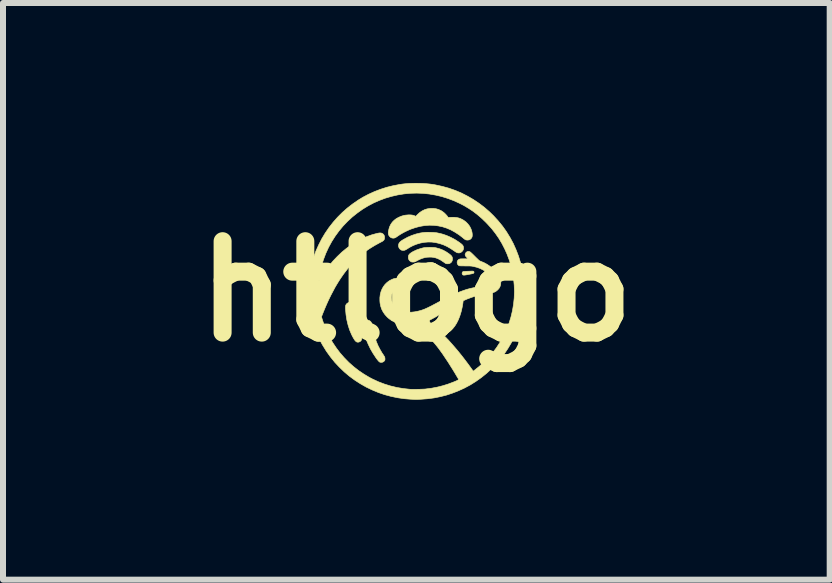
<source format=kicad_pcb>
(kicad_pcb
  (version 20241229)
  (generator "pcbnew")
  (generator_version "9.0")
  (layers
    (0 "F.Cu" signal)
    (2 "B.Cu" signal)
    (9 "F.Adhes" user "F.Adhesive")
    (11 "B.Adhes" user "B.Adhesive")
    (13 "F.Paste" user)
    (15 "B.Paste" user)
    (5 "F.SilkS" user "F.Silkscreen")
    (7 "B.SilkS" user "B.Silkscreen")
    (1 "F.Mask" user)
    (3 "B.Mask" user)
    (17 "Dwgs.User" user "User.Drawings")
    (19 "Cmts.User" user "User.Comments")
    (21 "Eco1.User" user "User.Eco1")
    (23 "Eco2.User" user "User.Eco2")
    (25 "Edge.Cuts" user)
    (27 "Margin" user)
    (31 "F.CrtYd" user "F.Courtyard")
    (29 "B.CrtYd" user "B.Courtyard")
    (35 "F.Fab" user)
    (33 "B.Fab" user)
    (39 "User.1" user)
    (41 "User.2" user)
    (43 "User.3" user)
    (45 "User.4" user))
  (footprint "htlogo"
    (layer "F.Cu")
    (at 3.89 1.805)
    (property "Reference" "htlogo" (at 0 0 0) (layer "F.SilkS") (effects (font (size 1.524 1.524) (thickness 0.3))))
    (attr through_hole)
    (fp_poly (pts (xy 0.941 -0.336) (xy 0.947 -0.335) (xy 0.951 -0.334) (xy 0.954 -0.332) (xy 0.955 -0.332) (xy 0.961 -0.322) (xy 0.961 -0.312) (xy 0.957 -0.303) (xy 0.953 -0.3) (xy 0.947 -0.298) (xy 0.935 -0.294) (xy 0.919 -0.29) (xy 0.899 -0.286) (xy 0.878 -0.282) (xy 0.856 -0.278) (xy 0.835 -0.274) (xy 0.817 -0.271) (xy 0.802 -0.269) (xy 0.792 -0.269) (xy 0.792 -0.269) (xy 0.781 -0.27) (xy 0.773 -0.274) (xy 0.77 -0.278) (xy 0.764 -0.29) (xy 0.763 -0.303) (xy 0.766 -0.315) (xy 0.774 -0.325) (xy 0.784 -0.33) (xy 0.788 -0.33) (xy 0.794 -0.33) (xy 0.806 -0.331) (xy 0.823 -0.332) (xy 0.844 -0.333) (xy 0.866 -0.334) (xy 0.872 -0.334) (xy 0.898 -0.335) (xy 0.917 -0.336) (xy 0.931 -0.336) (xy 0.941 -0.336)) (stroke (width 0.01) (type solid)) (fill yes) (layer "F.SilkS"))
    (fp_poly (pts (xy 0.251 -0.479) (xy 0.276 -0.475) (xy 0.288 -0.472) (xy 0.32 -0.457) (xy 0.35 -0.435) (xy 0.376 -0.408) (xy 0.399 -0.375) (xy 0.419 -0.337) (xy 0.425 -0.322) (xy 0.43 -0.301) (xy 0.431 -0.283) (xy 0.427 -0.268) (xy 0.422 -0.261) (xy 0.417 -0.256) (xy 0.405 -0.25) (xy 0.39 -0.241) (xy 0.372 -0.232) (xy 0.352 -0.221) (xy 0.332 -0.211) (xy 0.312 -0.202) (xy 0.294 -0.194) (xy 0.279 -0.187) (xy 0.269 -0.184) (xy 0.269 -0.184) (xy 0.245 -0.179) (xy 0.219 -0.178) (xy 0.194 -0.181) (xy 0.189 -0.183) (xy 0.16 -0.194) (xy 0.135 -0.21) (xy 0.116 -0.227) (xy 0.1 -0.246) (xy 0.089 -0.264) (xy 0.082 -0.284) (xy 0.079 -0.307) (xy 0.078 -0.33) (xy 0.078 -0.348) (xy 0.079 -0.361) (xy 0.081 -0.371) (xy 0.084 -0.381) (xy 0.088 -0.39) (xy 0.106 -0.42) (xy 0.127 -0.444) (xy 0.153 -0.462) (xy 0.177 -0.472) (xy 0.199 -0.477) (xy 0.225 -0.48) (xy 0.251 -0.479)) (stroke (width 0.01) (type solid)) (fill yes) (layer "F.SilkS"))
    (fp_poly (pts (xy -1.072 0.188) (xy -1.053 0.2) (xy -1.036 0.217) (xy -1.036 0.217) (xy -1.025 0.233) (xy -1.023 0.326) (xy -1.022 0.366) (xy -1.02 0.401) (xy -1.017 0.432) (xy -1.014 0.461) (xy -1.009 0.489) (xy -1.004 0.518) (xy -0.999 0.538) (xy -0.989 0.58) (xy -0.975 0.624) (xy -0.96 0.666) (xy -0.943 0.706) (xy -0.934 0.724) (xy -0.924 0.744) (xy -0.918 0.758) (xy -0.914 0.769) (xy -0.912 0.778) (xy -0.911 0.787) (xy -0.911 0.789) (xy -0.914 0.809) (xy -0.923 0.825) (xy -0.938 0.838) (xy -0.943 0.841) (xy -0.963 0.848) (xy -0.983 0.848) (xy -0.994 0.845) (xy -1.006 0.837) (xy -1.02 0.824) (xy -1.034 0.804) (xy -1.05 0.778) (xy -1.068 0.745) (xy -1.081 0.718) (xy -1.113 0.643) (xy -1.138 0.564) (xy -1.158 0.481) (xy -1.172 0.393) (xy -1.179 0.316) (xy -1.181 0.288) (xy -1.181 0.265) (xy -1.18 0.248) (xy -1.177 0.234) (xy -1.172 0.223) (xy -1.165 0.213) (xy -1.156 0.204) (xy -1.137 0.191) (xy -1.116 0.184) (xy -1.094 0.183) (xy -1.072 0.188)) (stroke (width 0.01) (type solid)) (fill yes) (layer "F.SilkS"))
    (fp_poly (pts (xy -0.795 0.484) (xy -0.776 0.493) (xy -0.76 0.506) (xy -0.753 0.517) (xy -0.748 0.527) (xy -0.744 0.54) (xy -0.74 0.557) (xy -0.737 0.579) (xy -0.728 0.633) (xy -0.717 0.684) (xy -0.703 0.735) (xy -0.689 0.777) (xy -0.664 0.846) (xy -0.637 0.91) (xy -0.605 0.971) (xy -0.57 1.031) (xy -0.555 1.052) (xy -0.544 1.07) (xy -0.535 1.083) (xy -0.53 1.093) (xy -0.526 1.101) (xy -0.525 1.109) (xy -0.524 1.117) (xy -0.523 1.121) (xy -0.523 1.135) (xy -0.524 1.145) (xy -0.527 1.153) (xy -0.53 1.158) (xy -0.544 1.172) (xy -0.562 1.182) (xy -0.583 1.185) (xy -0.604 1.183) (xy -0.605 1.183) (xy -0.613 1.179) (xy -0.623 1.171) (xy -0.635 1.158) (xy -0.649 1.141) (xy -0.667 1.118) (xy -0.677 1.103) (xy -0.723 1.033) (xy -0.766 0.959) (xy -0.803 0.882) (xy -0.836 0.804) (xy -0.862 0.725) (xy -0.865 0.716) (xy -0.875 0.678) (xy -0.884 0.643) (xy -0.891 0.612) (xy -0.895 0.586) (xy -0.898 0.565) (xy -0.898 0.561) (xy -0.897 0.546) (xy -0.896 0.535) (xy -0.892 0.524) (xy -0.888 0.518) (xy -0.874 0.501) (xy -0.857 0.489) (xy -0.837 0.482) (xy -0.816 0.48) (xy -0.795 0.484)) (stroke (width 0.01) (type solid)) (fill yes) (layer "F.SilkS"))
    (fp_poly (pts (xy 0.254 -0.731) (xy 0.284 -0.73) (xy 0.31 -0.728) (xy 0.33 -0.724) (xy 0.391 -0.707) (xy 0.449 -0.684) (xy 0.504 -0.653) (xy 0.557 -0.616) (xy 0.557 -0.616) (xy 0.576 -0.599) (xy 0.589 -0.585) (xy 0.597 -0.57) (xy 0.601 -0.554) (xy 0.602 -0.539) (xy 0.599 -0.514) (xy 0.59 -0.492) (xy 0.574 -0.475) (xy 0.554 -0.463) (xy 0.553 -0.462) (xy 0.538 -0.459) (xy 0.521 -0.458) (xy 0.504 -0.459) (xy 0.491 -0.462) (xy 0.484 -0.467) (xy 0.472 -0.474) (xy 0.459 -0.484) (xy 0.447 -0.492) (xy 0.402 -0.522) (xy 0.355 -0.545) (xy 0.321 -0.557) (xy 0.288 -0.565) (xy 0.251 -0.569) (xy 0.213 -0.569) (xy 0.175 -0.567) (xy 0.149 -0.563) (xy 0.105 -0.551) (xy 0.061 -0.534) (xy 0.02 -0.514) (xy 0.007 -0.507) (xy -0.008 -0.498) (xy -0.019 -0.493) (xy -0.029 -0.489) (xy -0.039 -0.488) (xy -0.049 -0.487) (xy -0.065 -0.487) (xy -0.077 -0.488) (xy -0.087 -0.492) (xy -0.089 -0.493) (xy -0.11 -0.507) (xy -0.124 -0.525) (xy -0.132 -0.547) (xy -0.134 -0.567) (xy -0.132 -0.585) (xy -0.127 -0.602) (xy -0.117 -0.617) (xy -0.102 -0.631) (xy -0.081 -0.646) (xy -0.054 -0.662) (xy -0.044 -0.667) (xy 0.013 -0.693) (xy 0.074 -0.713) (xy 0.111 -0.723) (xy 0.133 -0.727) (xy 0.16 -0.729) (xy 0.19 -0.731) (xy 0.222 -0.732) (xy 0.254 -0.731)) (stroke (width 0.01) (type solid)) (fill yes) (layer "F.SilkS"))
    (fp_poly (pts (xy 0.243 -0.982) (xy 0.279 -0.981) (xy 0.312 -0.978) (xy 0.34 -0.975) (xy 0.35 -0.973) (xy 0.428 -0.955) (xy 0.503 -0.93) (xy 0.576 -0.898) (xy 0.647 -0.86) (xy 0.716 -0.815) (xy 0.718 -0.813) (xy 0.74 -0.797) (xy 0.757 -0.783) (xy 0.769 -0.771) (xy 0.777 -0.76) (xy 0.782 -0.749) (xy 0.785 -0.736) (xy 0.786 -0.73) (xy 0.786 -0.707) (xy 0.779 -0.686) (xy 0.765 -0.667) (xy 0.763 -0.664) (xy 0.743 -0.648) (xy 0.721 -0.64) (xy 0.698 -0.639) (xy 0.678 -0.644) (xy 0.67 -0.648) (xy 0.657 -0.655) (xy 0.643 -0.664) (xy 0.635 -0.67) (xy 0.572 -0.712) (xy 0.511 -0.747) (xy 0.449 -0.775) (xy 0.386 -0.796) (xy 0.323 -0.811) (xy 0.259 -0.82) (xy 0.258 -0.82) (xy 0.196 -0.821) (xy 0.133 -0.816) (xy 0.069 -0.804) (xy 0.007 -0.786) (xy -0.054 -0.762) (xy -0.112 -0.732) (xy -0.158 -0.703) (xy -0.178 -0.691) (xy -0.195 -0.684) (xy -0.2 -0.683) (xy -0.216 -0.681) (xy -0.232 -0.682) (xy -0.247 -0.685) (xy -0.257 -0.69) (xy -0.257 -0.69) (xy -0.276 -0.706) (xy -0.288 -0.723) (xy -0.295 -0.74) (xy -0.298 -0.761) (xy -0.298 -0.762) (xy -0.296 -0.779) (xy -0.291 -0.795) (xy -0.283 -0.809) (xy -0.27 -0.824) (xy -0.252 -0.839) (xy -0.228 -0.855) (xy -0.209 -0.866) (xy -0.145 -0.901) (xy -0.077 -0.93) (xy -0.007 -0.954) (xy 0.064 -0.971) (xy 0.11 -0.978) (xy 0.138 -0.981) (xy 0.171 -0.983) (xy 0.206 -0.983) (xy 0.243 -0.982)) (stroke (width 0.01) (type solid)) (fill yes) (layer "F.SilkS"))
    (fp_poly (pts (xy 0.287 -1.381) (xy 0.33 -1.375) (xy 0.37 -1.363) (xy 0.41 -1.345) (xy 0.422 -1.338) (xy 0.441 -1.325) (xy 0.462 -1.309) (xy 0.482 -1.29) (xy 0.501 -1.27) (xy 0.516 -1.252) (xy 0.517 -1.25) (xy 0.53 -1.231) (xy 0.587 -1.233) (xy 0.632 -1.233) (xy 0.672 -1.229) (xy 0.708 -1.221) (xy 0.741 -1.209) (xy 0.774 -1.192) (xy 0.789 -1.183) (xy 0.828 -1.154) (xy 0.861 -1.12) (xy 0.889 -1.083) (xy 0.91 -1.041) (xy 0.921 -1.011) (xy 0.926 -0.991) (xy 0.93 -0.97) (xy 0.932 -0.948) (xy 0.932 -0.928) (xy 0.93 -0.912) (xy 0.929 -0.906) (xy 0.92 -0.888) (xy 0.906 -0.872) (xy 0.89 -0.861) (xy 0.887 -0.859) (xy 0.871 -0.855) (xy 0.851 -0.853) (xy 0.832 -0.855) (xy 0.82 -0.858) (xy 0.812 -0.863) (xy 0.801 -0.871) (xy 0.787 -0.881) (xy 0.779 -0.889) (xy 0.713 -0.94) (xy 0.645 -0.984) (xy 0.577 -1.022) (xy 0.507 -1.052) (xy 0.436 -1.075) (xy 0.363 -1.09) (xy 0.29 -1.099) (xy 0.215 -1.101) (xy 0.139 -1.095) (xy 0.062 -1.082) (xy -0.015 -1.062) (xy -0.094 -1.035) (xy -0.109 -1.029) (xy -0.162 -1.005) (xy -0.214 -0.979) (xy -0.264 -0.95) (xy -0.31 -0.92) (xy -0.318 -0.914) (xy -0.337 -0.901) (xy -0.351 -0.893) (xy -0.364 -0.888) (xy -0.377 -0.886) (xy -0.387 -0.885) (xy -0.41 -0.889) (xy -0.429 -0.898) (xy -0.446 -0.913) (xy -0.459 -0.932) (xy -0.466 -0.954) (xy -0.468 -0.971) (xy -0.467 -0.988) (xy -0.463 -1.01) (xy -0.458 -1.033) (xy -0.452 -1.056) (xy -0.445 -1.075) (xy -0.445 -1.077) (xy -0.425 -1.117) (xy -0.4 -1.153) (xy -0.369 -1.184) (xy -0.334 -1.211) (xy -0.292 -1.234) (xy -0.245 -1.253) (xy -0.218 -1.261) (xy -0.198 -1.266) (xy -0.178 -1.269) (xy -0.156 -1.271) (xy -0.134 -1.273) (xy -0.103 -1.273) (xy -0.077 -1.271) (xy -0.055 -1.267) (xy -0.034 -1.26) (xy -0.024 -1.256) (xy -0.01 -1.249) (xy 0.019 -1.279) (xy 0.057 -1.313) (xy 0.096 -1.339) (xy 0.136 -1.359) (xy 0.179 -1.373) (xy 0.225 -1.38) (xy 0.241 -1.381) (xy 0.287 -1.381)) (stroke (width 0.01) (type solid)) (fill yes) (layer "F.SilkS"))
    (fp_poly (pts (xy 0.059 -1.799) (xy 0.115 -1.797) (xy 0.168 -1.793) (xy 0.22 -1.788) (xy 0.272 -1.781) (xy 0.323 -1.772) (xy 0.434 -1.748) (xy 0.542 -1.718) (xy 0.648 -1.681) (xy 0.752 -1.637) (xy 0.852 -1.586) (xy 0.949 -1.53) (xy 1.043 -1.467) (xy 1.133 -1.399) (xy 1.219 -1.324) (xy 1.285 -1.26) (xy 1.363 -1.175) (xy 1.436 -1.086) (xy 1.502 -0.993) (xy 1.561 -0.897) (xy 1.615 -0.797) (xy 1.661 -0.694) (xy 1.702 -0.588) (xy 1.736 -0.478) (xy 1.758 -0.39) (xy 1.777 -0.292) (xy 1.79 -0.19) (xy 1.798 -0.086) (xy 1.8 0.018) (xy 1.796 0.123) (xy 1.786 0.226) (xy 1.785 0.235) (xy 1.767 0.345) (xy 1.743 0.453) (xy 1.712 0.56) (xy 1.674 0.663) (xy 1.631 0.764) (xy 1.581 0.862) (xy 1.525 0.956) (xy 1.464 1.047) (xy 1.398 1.134) (xy 1.326 1.217) (xy 1.25 1.295) (xy 1.169 1.369) (xy 1.083 1.438) (xy 0.993 1.502) (xy 0.899 1.561) (xy 0.8 1.614) (xy 0.699 1.66) (xy 0.604 1.697) (xy 0.502 1.731) (xy 0.399 1.757) (xy 0.294 1.778) (xy 0.185 1.792) (xy 0.076 1.8) (xy 0.05 1.801) (xy 0.03 1.802) (xy 0.013 1.802) (xy -0.003 1.803) (xy -0.018 1.802) (xy -0.034 1.802) (xy -0.054 1.801) (xy -0.079 1.8) (xy -0.087 1.8) (xy -0.201 1.791) (xy -0.312 1.775) (xy -0.422 1.752) (xy -0.53 1.723) (xy -0.635 1.687) (xy -0.738 1.644) (xy -0.838 1.596) (xy -0.934 1.541) (xy -1.027 1.481) (xy -1.117 1.415) (xy -1.202 1.343) (xy -1.283 1.265) (xy -1.36 1.183) (xy -1.431 1.095) (xy -1.498 1.002) (xy -1.51 0.983) (xy -1.569 0.887) (xy -1.622 0.787) (xy -1.668 0.685) (xy -1.707 0.58) (xy -1.739 0.474) (xy -1.765 0.365) (xy -1.785 0.255) (xy -1.797 0.145) (xy -1.802 0.033) (xy -1.801 -0.079) (xy -1.794 -0.178) (xy -1.627 -0.178) (xy -1.627 -0.175) (xy -1.625 -0.178) (xy -1.619 -0.187) (xy -1.612 -0.199) (xy -1.602 -0.215) (xy -1.591 -0.232) (xy -1.528 -0.328) (xy -1.461 -0.417) (xy -1.392 -0.501) (xy -1.319 -0.578) (xy -1.244 -0.65) (xy -1.166 -0.714) (xy -1.086 -0.773) (xy -1.003 -0.825) (xy -0.918 -0.871) (xy -0.831 -0.909) (xy -0.742 -0.941) (xy -0.669 -0.961) (xy -0.639 -0.968) (xy -0.615 -0.972) (xy -0.596 -0.972) (xy -0.58 -0.969) (xy -0.57 -0.965) (xy -0.551 -0.952) (xy -0.538 -0.935) (xy -0.531 -0.913) (xy -0.53 -0.889) (xy -0.532 -0.875) (xy -0.535 -0.864) (xy -0.541 -0.854) (xy -0.55 -0.845) (xy -0.562 -0.835) (xy -0.58 -0.825) (xy -0.603 -0.813) (xy -0.611 -0.809) (xy -0.7 -0.76) (xy -0.784 -0.708) (xy -0.864 -0.652) (xy -0.94 -0.59) (xy -1.012 -0.523) (xy -1.082 -0.45) (xy -1.148 -0.372) (xy -1.213 -0.287) (xy -1.265 -0.212) (xy -1.297 -0.162) (xy -1.327 -0.113) (xy -1.357 -0.062) (xy -1.386 -0.007) (xy -1.417 0.052) (xy -1.424 0.065) (xy -1.445 0.108) (xy -1.464 0.147) (xy -1.481 0.184) (xy -1.497 0.22) (xy -1.513 0.257) (xy -1.53 0.297) (xy -1.548 0.342) (xy -1.55 0.346) (xy -1.581 0.425) (xy -1.569 0.467) (xy -1.535 0.569) (xy -1.494 0.667) (xy -1.448 0.763) (xy -1.395 0.855) (xy -1.336 0.943) (xy -1.272 1.028) (xy -1.202 1.108) (xy -1.128 1.184) (xy -1.048 1.255) (xy -0.964 1.321) (xy -0.875 1.381) (xy -0.783 1.436) (xy -0.729 1.464) (xy -0.632 1.509) (xy -0.532 1.547) (xy -0.429 1.579) (xy -0.324 1.604) (xy -0.216 1.622) (xy -0.104 1.634) (xy -0.094 1.634) (xy -0.081 1.635) (xy -0.062 1.635) (xy -0.038 1.635) (xy -0.011 1.635) (xy 0.018 1.634) (xy 0.048 1.634) (xy 0.077 1.633) (xy 0.103 1.632) (xy 0.126 1.631) (xy 0.145 1.63) (xy 0.154 1.629) (xy 0.254 1.616) (xy 0.348 1.598) (xy 0.44 1.575) (xy 0.53 1.547) (xy 0.599 1.521) (xy 0.62 1.513) (xy 0.642 1.504) (xy 0.661 1.496) (xy 0.676 1.489) (xy 0.683 1.485) (xy 0.708 1.473) (xy 0.698 1.456) (xy 0.668 1.406) (xy 0.636 1.352) (xy 0.601 1.295) (xy 0.565 1.238) (xy 0.53 1.182) (xy 0.495 1.13) (xy 0.473 1.097) (xy 0.437 1.043) (xy 0.403 0.996) (xy 0.371 0.952) (xy 0.338 0.91) (xy 0.306 0.871) (xy 0.271 0.831) (xy 0.234 0.791) (xy 0.194 0.748) (xy 0.175 0.728) (xy 0.149 0.701) (xy 0.127 0.678) (xy 0.109 0.659) (xy 0.095 0.642) (xy 0.083 0.627) (xy 0.074 0.613) (xy 0.066 0.599) (xy 0.06 0.584) (xy 0.054 0.568) (xy 0.048 0.549) (xy 0.045 0.542) (xy 0.042 0.542) (xy 0.033 0.544) (xy 0.019 0.546) (xy 0.005 0.549) (xy -0.009 0.551) (xy -0.022 0.553) (xy -0.037 0.555) (xy -0.053 0.556) (xy -0.073 0.556) (xy -0.098 0.557) (xy -0.123 0.557) (xy -0.158 0.557) (xy -0.186 0.556) (xy -0.21 0.555) (xy -0.232 0.553) (xy -0.251 0.549) (xy -0.271 0.545) (xy -0.293 0.539) (xy -0.312 0.533) (xy -0.364 0.513) (xy -0.411 0.488) (xy -0.416 0.485) (xy 0.215 0.485) (xy 0.221 0.504) (xy 0.23 0.523) (xy 0.243 0.538) (xy 0.261 0.548) (xy 0.284 0.555) (xy 0.301 0.557) (xy 0.322 0.557) (xy 0.345 0.556) (xy 0.367 0.552) (xy 0.385 0.548) (xy 0.385 0.548) (xy 0.4 0.542) (xy 0.415 0.535) (xy 0.423 0.53) (xy 0.448 0.508) (xy 0.471 0.48) (xy 0.493 0.446) (xy 0.513 0.405) (xy 0.53 0.359) (xy 0.542 0.319) (xy 0.551 0.287) (xy 0.538 0.295) (xy 0.483 0.33) (xy 0.433 0.361) (xy 0.388 0.388) (xy 0.349 0.411) (xy 0.316 0.431) (xy 0.288 0.446) (xy 0.272 0.455) (xy 0.215 0.485) (xy -0.416 0.485) (xy -0.455 0.457) (xy -0.487 0.429) (xy -0.523 0.389) (xy -0.553 0.346) (xy -0.577 0.3) (xy -0.594 0.25) (xy -0.605 0.197) (xy -0.608 0.159) (xy -0.608 0.106) (xy -0.602 0.056) (xy -0.59 0.008) (xy -0.572 -0.037) (xy -0.549 -0.078) (xy -0.521 -0.115) (xy -0.488 -0.147) (xy -0.451 -0.175) (xy -0.41 -0.196) (xy -0.389 -0.205) (xy -0.376 -0.209) (xy -0.366 -0.212) (xy -0.356 -0.214) (xy -0.344 -0.215) (xy -0.329 -0.216) (xy -0.309 -0.216) (xy -0.303 -0.216) (xy -0.274 -0.215) (xy -0.25 -0.213) (xy -0.23 -0.21) (xy -0.212 -0.204) (xy -0.194 -0.195) (xy -0.181 -0.188) (xy -0.163 -0.174) (xy -0.151 -0.157) (xy -0.146 -0.138) (xy -0.147 -0.118) (xy -0.152 -0.104) (xy -0.163 -0.088) (xy -0.177 -0.077) (xy -0.194 -0.072) (xy -0.216 -0.072) (xy -0.233 -0.075) (xy -0.249 -0.078) (xy -0.262 -0.079) (xy -0.273 -0.079) (xy -0.284 -0.077) (xy -0.315 -0.067) (xy -0.343 -0.05) (xy -0.367 -0.028) (xy -0.387 -0.001) (xy -0.402 0.031) (xy -0.409 0.052) (xy -0.412 0.074) (xy -0.414 0.1) (xy -0.412 0.129) (xy -0.409 0.156) (xy -0.404 0.181) (xy -0.401 0.189) (xy -0.385 0.224) (xy -0.364 0.256) (xy -0.337 0.283) (xy -0.305 0.306) (xy -0.268 0.324) (xy -0.228 0.338) (xy -0.183 0.346) (xy -0.135 0.35) (xy -0.083 0.349) (xy -0.029 0.343) (xy 0.028 0.332) (xy 0.044 0.328) (xy 0.067 0.322) (xy 0.09 0.315) (xy 0.113 0.307) (xy 0.137 0.298) (xy 0.162 0.287) (xy 0.19 0.274) (xy 0.221 0.259) (xy 0.255 0.242) (xy 0.294 0.221) (xy 0.338 0.198) (xy 0.365 0.183) (xy 0.437 0.145) (xy 0.504 0.11) (xy 0.566 0.079) (xy 0.625 0.052) (xy 0.68 0.027) (xy 0.734 0.006) (xy 0.786 -0.013) (xy 0.837 -0.03) (xy 0.888 -0.044) (xy 0.94 -0.056) (xy 0.993 -0.067) (xy 1.049 -0.077) (xy 1.107 -0.085) (xy 1.169 -0.092) (xy 1.186 -0.094) (xy 1.212 -0.097) (xy 1.232 -0.1) (xy 1.246 -0.102) (xy 1.257 -0.106) (xy 1.265 -0.11) (xy 1.271 -0.116) (xy 1.277 -0.123) (xy 1.28 -0.127) (xy 1.287 -0.14) (xy 1.288 -0.155) (xy 1.284 -0.171) (xy 1.275 -0.19) (xy 1.272 -0.196) (xy 1.24 -0.243) (xy 1.203 -0.286) (xy 1.161 -0.322) (xy 1.115 -0.354) (xy 1.063 -0.38) (xy 1.007 -0.4) (xy 0.945 -0.415) (xy 0.942 -0.416) (xy 0.929 -0.418) (xy 0.915 -0.42) (xy 0.898 -0.421) (xy 0.877 -0.422) (xy 0.851 -0.422) (xy 0.82 -0.422) (xy 0.812 -0.422) (xy 0.783 -0.423) (xy 0.76 -0.423) (xy 0.743 -0.423) (xy 0.73 -0.424) (xy 0.721 -0.424) (xy 0.715 -0.426) (xy 0.71 -0.427) (xy 0.707 -0.429) (xy 0.705 -0.43) (xy 0.691 -0.444) (xy 0.683 -0.459) (xy 0.68 -0.474) (xy 0.681 -0.494) (xy 0.688 -0.512) (xy 0.702 -0.527) (xy 0.711 -0.532) (xy 0.717 -0.535) (xy 0.723 -0.537) (xy 0.731 -0.539) (xy 0.741 -0.54) (xy 0.754 -0.54) (xy 0.773 -0.541) (xy 0.796 -0.541) (xy 0.865 -0.541) (xy 0.841 -0.563) (xy 0.826 -0.579) (xy 0.817 -0.593) (xy 0.813 -0.607) (xy 0.815 -0.621) (xy 0.82 -0.633) (xy 0.83 -0.649) (xy 0.845 -0.659) (xy 0.862 -0.664) (xy 0.88 -0.663) (xy 0.896 -0.656) (xy 0.902 -0.652) (xy 0.912 -0.643) (xy 0.926 -0.63) (xy 0.942 -0.615) (xy 0.96 -0.597) (xy 0.979 -0.578) (xy 1 -0.557) (xy 1.017 -0.541) (xy 1.03 -0.528) (xy 1.04 -0.519) (xy 1.048 -0.512) (xy 1.055 -0.507) (xy 1.062 -0.504) (xy 1.068 -0.501) (xy 1.074 -0.499) (xy 1.127 -0.477) (xy 1.179 -0.449) (xy 1.228 -0.416) (xy 1.275 -0.377) (xy 1.317 -0.335) (xy 1.354 -0.289) (xy 1.384 -0.241) (xy 1.385 -0.241) (xy 1.396 -0.218) (xy 1.404 -0.197) (xy 1.407 -0.175) (xy 1.408 -0.151) (xy 1.405 -0.114) (xy 1.396 -0.081) (xy 1.38 -0.051) (xy 1.357 -0.024) (xy 1.329 -0.001) (xy 1.327 0.001) (xy 1.314 0.008) (xy 1.302 0.014) (xy 1.289 0.019) (xy 1.274 0.023) (xy 1.254 0.027) (xy 1.229 0.031) (xy 1.216 0.033) (xy 1.133 0.046) (xy 1.056 0.062) (xy 0.983 0.081) (xy 0.914 0.104) (xy 0.847 0.129) (xy 0.82 0.141) (xy 0.781 0.158) (xy 0.778 0.18) (xy 0.775 0.204) (xy 0.77 0.234) (xy 0.764 0.266) (xy 0.757 0.298) (xy 0.75 0.328) (xy 0.745 0.347) (xy 0.724 0.415) (xy 0.699 0.477) (xy 0.671 0.533) (xy 0.64 0.582) (xy 0.606 0.624) (xy 0.569 0.66) (xy 0.528 0.69) (xy 0.495 0.708) (xy 0.48 0.715) (xy 0.467 0.721) (xy 0.458 0.725) (xy 0.454 0.726) (xy 0.454 0.728) (xy 0.459 0.735) (xy 0.468 0.745) (xy 0.48 0.758) (xy 0.49 0.768) (xy 0.539 0.819) (xy 0.59 0.876) (xy 0.643 0.937) (xy 0.698 1.002) (xy 0.753 1.07) (xy 0.808 1.141) (xy 0.863 1.214) (xy 0.895 1.258) (xy 0.948 1.332) (xy 0.963 1.321) (xy 1.047 1.254) (xy 1.127 1.183) (xy 1.202 1.106) (xy 1.272 1.025) (xy 1.337 0.939) (xy 1.395 0.849) (xy 1.448 0.756) (xy 1.495 0.66) (xy 1.535 0.561) (xy 1.545 0.532) (xy 1.577 0.429) (xy 1.602 0.324) (xy 1.62 0.218) (xy 1.631 0.112) (xy 1.635 0.005) (xy 1.631 -0.101) (xy 1.621 -0.207) (xy 1.604 -0.313) (xy 1.58 -0.417) (xy 1.549 -0.52) (xy 1.511 -0.621) (xy 1.473 -0.706) (xy 1.426 -0.797) (xy 1.374 -0.884) (xy 1.317 -0.966) (xy 1.254 -1.046) (xy 1.184 -1.123) (xy 1.154 -1.154) (xy 1.085 -1.22) (xy 1.016 -1.279) (xy 0.944 -1.334) (xy 0.87 -1.383) (xy 0.791 -1.43) (xy 0.725 -1.464) (xy 0.627 -1.509) (xy 0.526 -1.547) (xy 0.424 -1.579) (xy 0.321 -1.603) (xy 0.216 -1.621) (xy 0.111 -1.632) (xy 0.006 -1.636) (xy -0.1 -1.633) (xy -0.206 -1.623) (xy -0.31 -1.606) (xy -0.414 -1.582) (xy -0.517 -1.552) (xy -0.618 -1.514) (xy -0.709 -1.474) (xy -0.804 -1.424) (xy -0.896 -1.368) (xy -0.983 -1.306) (xy -1.067 -1.239) (xy -1.146 -1.166) (xy -1.22 -1.089) (xy -1.289 -1.006) (xy -1.352 -0.92) (xy -1.41 -0.829) (xy -1.462 -0.734) (xy -1.464 -0.73) (xy -1.509 -0.632) (xy -1.547 -0.532) (xy -1.579 -0.43) (xy -1.604 -0.327) (xy -1.613 -0.279) (xy -1.616 -0.258) (xy -1.62 -0.237) (xy -1.623 -0.217) (xy -1.625 -0.2) (xy -1.627 -0.186) (xy -1.627 -0.178) (xy -1.794 -0.178) (xy -1.793 -0.191) (xy -1.777 -0.303) (xy -1.755 -0.414) (xy -1.743 -0.46) (xy -1.711 -0.568) (xy -1.673 -0.673) (xy -1.627 -0.775) (xy -1.576 -0.875) (xy -1.519 -0.97) (xy -1.456 -1.062) (xy -1.387 -1.15) (xy -1.313 -1.234) (xy -1.234 -1.313) (xy -1.15 -1.387) (xy -1.061 -1.456) (xy -0.968 -1.52) (xy -0.893 -1.566) (xy -0.798 -1.616) (xy -0.699 -1.661) (xy -0.597 -1.7) (xy -0.494 -1.733) (xy -0.389 -1.759) (xy -0.284 -1.779) (xy -0.232 -1.787) (xy -0.196 -1.791) (xy -0.163 -1.794) (xy -0.13 -1.797) (xy -0.097 -1.798) (xy -0.062 -1.799) (xy -0.022 -1.8) (xy -0.002 -1.8) (xy 0.059 -1.799)) (stroke (width 0.01) (type solid)) (fill yes) (layer "F.SilkS")))
  (gr_rect
    (start -3 -3)
    (end 10.78 6.612)
    (stroke (width 0.1) (type default))
    (fill no)
    (layer "Edge.Cuts")))
</source>
